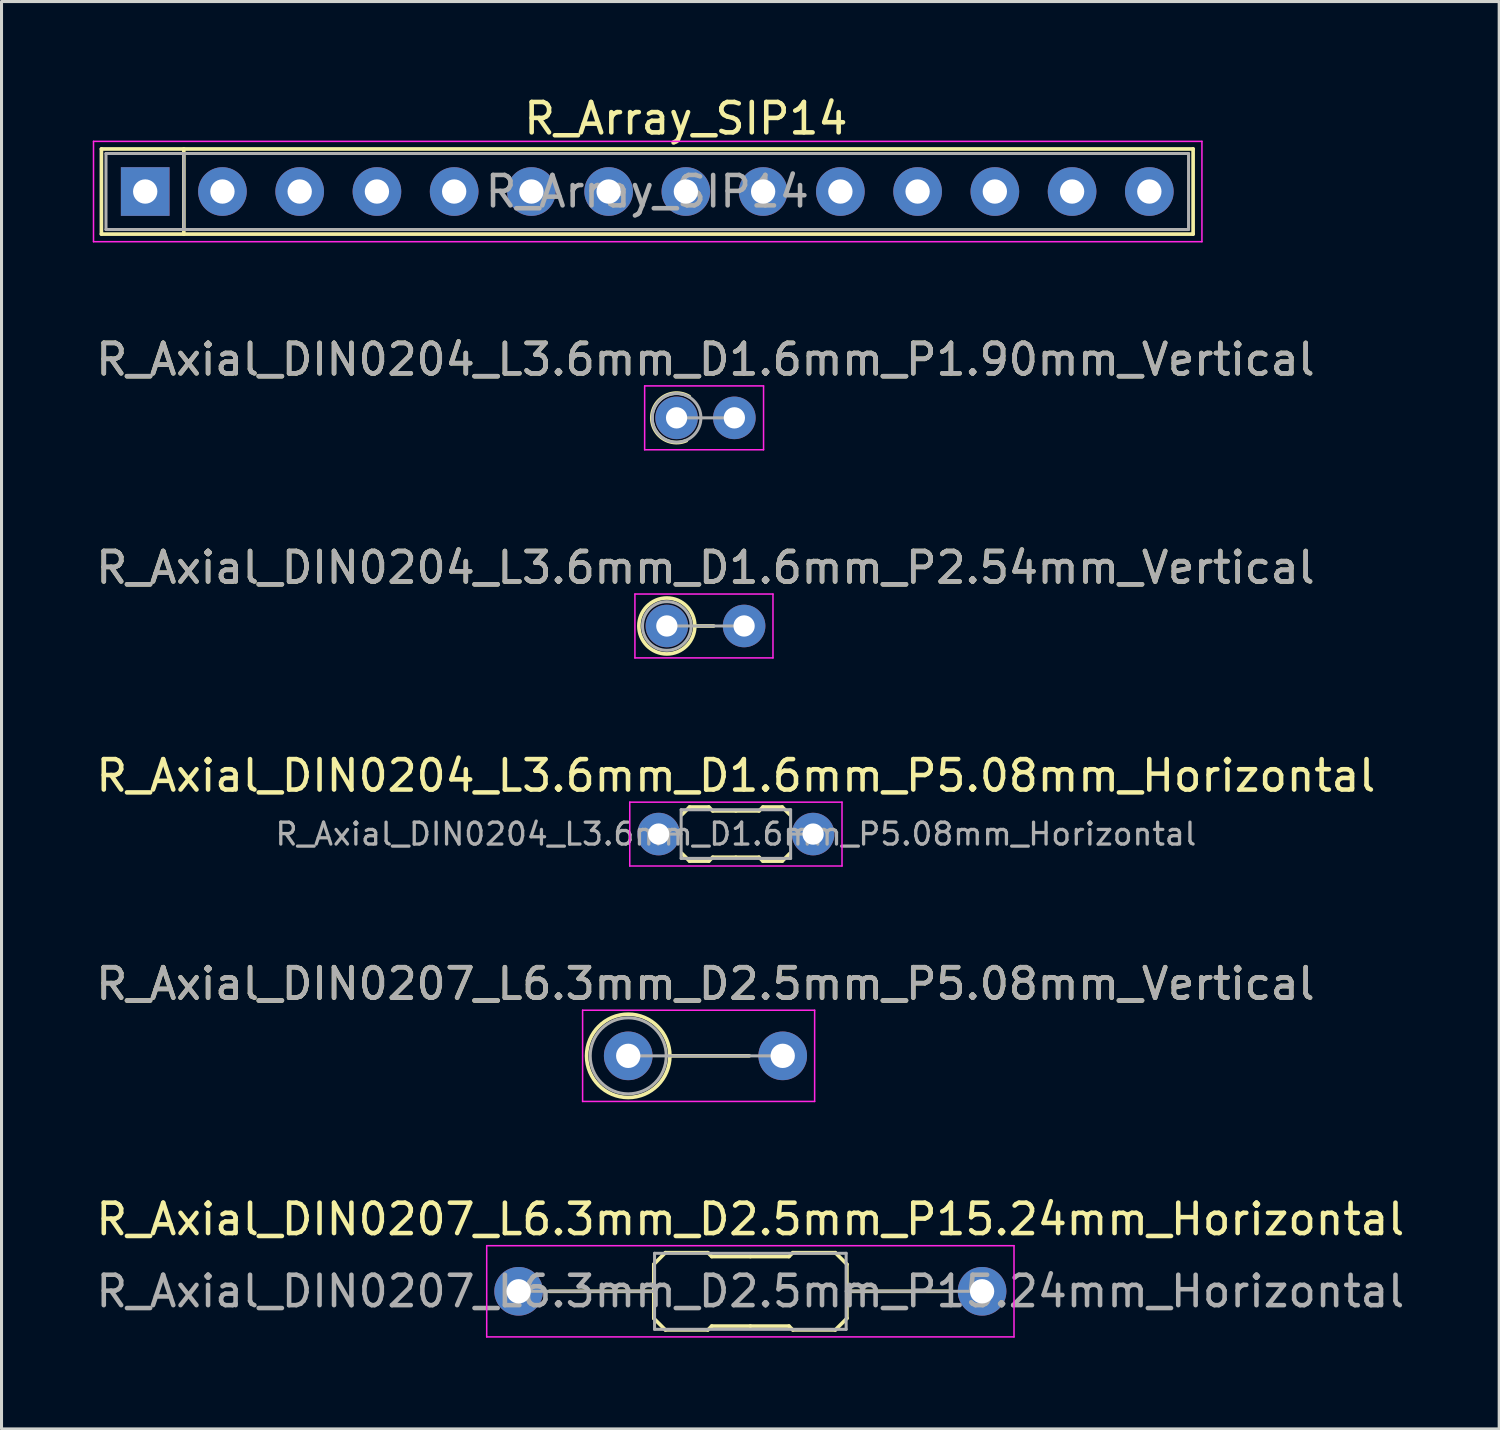
<source format=kicad_pcb>
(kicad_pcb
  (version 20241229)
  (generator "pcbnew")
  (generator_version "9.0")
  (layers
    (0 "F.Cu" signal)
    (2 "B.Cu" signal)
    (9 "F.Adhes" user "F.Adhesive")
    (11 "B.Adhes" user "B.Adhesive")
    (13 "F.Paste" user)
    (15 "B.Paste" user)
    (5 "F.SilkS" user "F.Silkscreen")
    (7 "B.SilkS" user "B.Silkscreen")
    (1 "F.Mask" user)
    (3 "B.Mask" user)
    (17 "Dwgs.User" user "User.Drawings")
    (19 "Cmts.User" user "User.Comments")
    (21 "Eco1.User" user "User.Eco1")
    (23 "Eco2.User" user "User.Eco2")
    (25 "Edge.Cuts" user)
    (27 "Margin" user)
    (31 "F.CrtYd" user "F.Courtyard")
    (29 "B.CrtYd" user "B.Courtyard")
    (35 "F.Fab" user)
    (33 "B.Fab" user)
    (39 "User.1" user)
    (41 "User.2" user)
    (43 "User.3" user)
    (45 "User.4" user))
  (footprint "R_Array_SIP14"
    (layer "F.Cu")
    (at 1.725 3.248)
    (property "Reference" "R_Array_SIP14" (at 17.78 -2.4 0) (layer "F.SilkS") (effects (font (size 1 1) (thickness 0.15))))
    (attr through_hole)
    (fp_line (start -1.44 -1.4) (end -1.44 1.4) (stroke (width 0.12) (type solid)) (layer "F.SilkS"))
    (fp_line (start -1.44 1.4) (end 34.46 1.4) (stroke (width 0.12) (type solid)) (layer "F.SilkS"))
    (fp_line (start 1.27 -1.4) (end 1.27 1.4) (stroke (width 0.12) (type solid)) (layer "F.SilkS"))
    (fp_line (start 34.46 -1.4) (end -1.44 -1.4) (stroke (width 0.12) (type solid)) (layer "F.SilkS"))
    (fp_line (start 34.46 1.4) (end 34.46 -1.4) (stroke (width 0.12) (type solid)) (layer "F.SilkS"))
    (fp_line (start -1.7 -1.65) (end -1.7 1.65) (stroke (width 0.05) (type solid)) (layer "F.CrtYd"))
    (fp_line (start -1.7 1.65) (end 34.75 1.65) (stroke (width 0.05) (type solid)) (layer "F.CrtYd"))
    (fp_line (start 34.75 -1.65) (end -1.7 -1.65) (stroke (width 0.05) (type solid)) (layer "F.CrtYd"))
    (fp_line (start 34.75 1.65) (end 34.75 -1.65) (stroke (width 0.05) (type solid)) (layer "F.CrtYd"))
    (fp_line (start -1.29 -1.25) (end -1.29 1.25) (stroke (width 0.1) (type solid)) (layer "F.Fab"))
    (fp_line (start -1.29 1.25) (end 34.31 1.25) (stroke (width 0.1) (type solid)) (layer "F.Fab"))
    (fp_line (start 1.27 -1.25) (end 1.27 1.25) (stroke (width 0.1) (type solid)) (layer "F.Fab"))
    (fp_line (start 34.31 -1.25) (end -1.29 -1.25) (stroke (width 0.1) (type solid)) (layer "F.Fab"))
    (fp_line (start 34.31 1.25) (end 34.31 -1.25) (stroke (width 0.1) (type solid)) (layer "F.Fab"))
    (fp_text user "${REFERENCE}" (at 16.51 0 0) (layer "F.Fab") (effects (font (size 1 1) (thickness 0.15))))
    (pad "1" thru_hole rect (at 0 0) (size 1.6 1.6) (drill 0.8) (layers "*.Cu" "*.Mask"))
    (pad "2" thru_hole oval (at 2.54 0) (size 1.6 1.6) (drill 0.8) (layers "*.Cu" "*.Mask"))
    (pad "3" thru_hole oval (at 5.08 0) (size 1.6 1.6) (drill 0.8) (layers "*.Cu" "*.Mask"))
    (pad "4" thru_hole oval (at 7.62 0) (size 1.6 1.6) (drill 0.8) (layers "*.Cu" "*.Mask"))
    (pad "5" thru_hole oval (at 10.16 0) (size 1.6 1.6) (drill 0.8) (layers "*.Cu" "*.Mask"))
    (pad "6" thru_hole oval (at 12.7 0) (size 1.6 1.6) (drill 0.8) (layers "*.Cu" "*.Mask"))
    (pad "7" thru_hole oval (at 15.24 0) (size 1.6 1.6) (drill 0.8) (layers "*.Cu" "*.Mask"))
    (pad "8" thru_hole oval (at 17.78 0) (size 1.6 1.6) (drill 0.8) (layers "*.Cu" "*.Mask"))
    (pad "9" thru_hole oval (at 20.32 0) (size 1.6 1.6) (drill 0.8) (layers "*.Cu" "*.Mask"))
    (pad "10" thru_hole oval (at 22.86 0) (size 1.6 1.6) (drill 0.8) (layers "*.Cu" "*.Mask"))
    (pad "11" thru_hole oval (at 25.4 0) (size 1.6 1.6) (drill 0.8) (layers "*.Cu" "*.Mask"))
    (pad "12" thru_hole oval (at 27.94 0) (size 1.6 1.6) (drill 0.8) (layers "*.Cu" "*.Mask"))
    (pad "13" thru_hole oval (at 30.48 0) (size 1.6 1.6) (drill 0.8) (layers "*.Cu" "*.Mask"))
    (pad "14" thru_hole oval (at 33.02 0) (size 1.6 1.6) (drill 0.8) (layers "*.Cu" "*.Mask")))
  (footprint "R_Axial_DIN0207_L6.3mm_D2.5mm_P5.08mm_Vertical"
    (layer "F.Cu")
    (at 17.609 31.671)
    (property "Reference" "R_Axial_DIN0207_L6.3mm_D2.5mm_P5.08mm_Vertical" (at 2.54 -2.37 0) (layer "F.SilkS") (effects (font (size 1 1) (thickness 0.15))))
    (attr through_hole)
    (fp_line (start 1.37 0) (end 3.98 0) (stroke (width 0.12) (type solid)) (layer "F.SilkS"))
    (fp_circle (center 0 0) (end 1.37 0) (stroke (width 0.12) (type solid)) (fill no) (layer "F.SilkS"))
    (fp_line (start -1.5 -1.5) (end -1.5 1.5) (stroke (width 0.05) (type solid)) (layer "F.CrtYd"))
    (fp_line (start -1.5 1.5) (end 6.13 1.5) (stroke (width 0.05) (type solid)) (layer "F.CrtYd"))
    (fp_line (start 6.13 -1.5) (end -1.5 -1.5) (stroke (width 0.05) (type solid)) (layer "F.CrtYd"))
    (fp_line (start 6.13 1.5) (end 6.13 -1.5) (stroke (width 0.05) (type solid)) (layer "F.CrtYd"))
    (fp_line (start 0 0) (end 5.08 0) (stroke (width 0.1) (type solid)) (layer "F.Fab"))
    (fp_circle (center 0 0) (end 1.25 0) (stroke (width 0.1) (type solid)) (fill no) (layer "F.Fab"))
    (fp_text user "${REFERENCE}" (at 2.54 -2.37 0) (layer "F.Fab") (effects (font (size 1 1) (thickness 0.15))))
    (pad "1" thru_hole circle (at 0 0) (size 1.6 1.6) (drill 0.8) (layers "*.Cu" "*.Mask"))
    (pad "2" thru_hole oval (at 5.08 0) (size 1.6 1.6) (drill 0.8) (layers "*.Cu" "*.Mask")))
  (footprint "R_Axial_DIN0207_L6.3mm_D2.5mm_P15.24mm_Horizontal"
    (layer "F.Cu")
    (at 14.005 39.414)
    (property "Reference" "R_Axial_DIN0207_L6.3mm_D2.5mm_P15.24mm_Horizontal" (at 7.62 -2.37 0) (layer "F.SilkS") (effects (font (size 1 1) (thickness 0.15))))
    (attr through_hole)
    (fp_line (start 4.445 -0.889) (end 4.445 0.889) (stroke (width 0.12) (type solid)) (layer "F.SilkS"))
    (fp_line (start 4.445 -0.889) (end 4.826 -1.27) (stroke (width 0.12) (type solid)) (layer "F.SilkS"))
    (fp_line (start 4.445 0) (end 1.016 0) (stroke (width 0.12) (type solid)) (layer "F.SilkS"))
    (fp_line (start 4.445 0.889) (end 4.826 1.27) (stroke (width 0.12) (type solid)) (layer "F.SilkS"))
    (fp_line (start 4.826 -1.27) (end 6.223 -1.27) (stroke (width 0.12) (type solid)) (layer "F.SilkS"))
    (fp_line (start 4.826 1.27) (end 6.223 1.27) (stroke (width 0.12) (type solid)) (layer "F.SilkS"))
    (fp_line (start 6.223 -1.27) (end 6.35 -1.143) (stroke (width 0.12) (type solid)) (layer "F.SilkS"))
    (fp_line (start 6.223 1.27) (end 6.35 1.143) (stroke (width 0.12) (type solid)) (layer "F.SilkS"))
    (fp_line (start 6.35 -1.143) (end 7.62 -1.143) (stroke (width 0.12) (type solid)) (layer "F.SilkS"))
    (fp_line (start 6.35 1.143) (end 7.62 1.143) (stroke (width 0.12) (type solid)) (layer "F.SilkS"))
    (fp_line (start 8.89 -1.143) (end 7.62 -1.143) (stroke (width 0.12) (type solid)) (layer "F.SilkS"))
    (fp_line (start 8.89 1.143) (end 7.62 1.143) (stroke (width 0.12) (type solid)) (layer "F.SilkS"))
    (fp_line (start 9.017 -1.27) (end 8.89 -1.143) (stroke (width 0.12) (type solid)) (layer "F.SilkS"))
    (fp_line (start 9.017 1.27) (end 8.89 1.143) (stroke (width 0.12) (type solid)) (layer "F.SilkS"))
    (fp_line (start 10.414 -1.27) (end 9.017 -1.27) (stroke (width 0.12) (type solid)) (layer "F.SilkS"))
    (fp_line (start 10.414 1.27) (end 9.017 1.27) (stroke (width 0.12) (type solid)) (layer "F.SilkS"))
    (fp_line (start 10.795 -0.889) (end 10.414 -1.27) (stroke (width 0.12) (type solid)) (layer "F.SilkS"))
    (fp_line (start 10.795 -0.889) (end 10.795 0.889) (stroke (width 0.12) (type solid)) (layer "F.SilkS"))
    (fp_line (start 10.795 0) (end 14.224 0) (stroke (width 0.12) (type solid)) (layer "F.SilkS"))
    (fp_line (start 10.795 0.889) (end 10.414 1.27) (stroke (width 0.12) (type solid)) (layer "F.SilkS"))
    (fp_line (start -1.05 -1.5) (end -1.05 1.5) (stroke (width 0.05) (type solid)) (layer "F.CrtYd"))
    (fp_line (start -1.05 1.5) (end 16.29 1.5) (stroke (width 0.05) (type solid)) (layer "F.CrtYd"))
    (fp_line (start 16.29 -1.5) (end -1.05 -1.5) (stroke (width 0.05) (type solid)) (layer "F.CrtYd"))
    (fp_line (start 16.29 1.5) (end 16.29 -1.5) (stroke (width 0.05) (type solid)) (layer "F.CrtYd"))
    (fp_line (start 0 0) (end 4.47 0) (stroke (width 0.1) (type solid)) (layer "F.Fab"))
    (fp_line (start 4.47 -1.25) (end 4.47 1.25) (stroke (width 0.1) (type solid)) (layer "F.Fab"))
    (fp_line (start 4.47 1.25) (end 10.77 1.25) (stroke (width 0.1) (type solid)) (layer "F.Fab"))
    (fp_line (start 10.77 -1.25) (end 4.47 -1.25) (stroke (width 0.1) (type solid)) (layer "F.Fab"))
    (fp_line (start 10.77 1.25) (end 10.77 -1.25) (stroke (width 0.1) (type solid)) (layer "F.Fab"))
    (fp_line (start 15.24 0) (end 10.77 0) (stroke (width 0.1) (type solid)) (layer "F.Fab"))
    (fp_text user "${REFERENCE}" (at 7.62 0 0) (layer "F.Fab") (effects (font (size 1 1) (thickness 0.15))))
    (pad "1" thru_hole circle (at 0 0) (size 1.6 1.6) (drill 0.8) (layers "*.Cu" "*.Mask"))
    (pad "2" thru_hole oval (at 15.24 0) (size 1.6 1.6) (drill 0.8) (layers "*.Cu" "*.Mask")))
  (footprint "R_Axial_DIN0204_L3.6mm_D1.6mm_P1.90mm_Vertical"
    (layer "F.Cu")
    (at 19.199 10.691)
    (property "Reference" "R_Axial_DIN0204_L3.6mm_D1.6mm_P1.90mm_Vertical" (at 0.95 -1.92 0) (layer "F.SilkS") (effects (font (size 1 1) (thickness 0.15))))
    (attr through_hole)
    (fp_arc (start 0.320095 0.749359) (mid -0.813042 -0.054435) (end 0.417133 -0.7) (stroke (width 0.12) (type solid)) (layer "F.SilkS"))
    (fp_line (start -1.05 -1.05) (end -1.05 1.05) (stroke (width 0.05) (type solid)) (layer "F.CrtYd"))
    (fp_line (start -1.05 1.05) (end 2.86 1.05) (stroke (width 0.05) (type solid)) (layer "F.CrtYd"))
    (fp_line (start 2.86 -1.05) (end -1.05 -1.05) (stroke (width 0.05) (type solid)) (layer "F.CrtYd"))
    (fp_line (start 2.86 1.05) (end 2.86 -1.05) (stroke (width 0.05) (type solid)) (layer "F.CrtYd"))
    (fp_line (start 0 0) (end 1.9 0) (stroke (width 0.1) (type solid)) (layer "F.Fab"))
    (fp_circle (center 0 0) (end 0.8 0) (stroke (width 0.1) (type solid)) (fill no) (layer "F.Fab"))
    (fp_text user "${REFERENCE}" (at 0.95 -1.92 0) (layer "F.Fab") (effects (font (size 1 1) (thickness 0.15))))
    (pad "1" thru_hole circle (at 0 0) (size 1.4 1.4) (drill 0.7) (layers "*.Cu" "*.Mask"))
    (pad "2" thru_hole oval (at 1.9 0) (size 1.4 1.4) (drill 0.7) (layers "*.Cu" "*.Mask")))
  (footprint "R_Axial_DIN0204_L3.6mm_D1.6mm_P2.54mm_Vertical"
    (layer "F.Cu")
    (at 18.879 17.535)
    (property "Reference" "R_Axial_DIN0204_L3.6mm_D1.6mm_P2.54mm_Vertical" (at 1.27 -1.92 0) (layer "F.SilkS") (effects (font (size 1 1) (thickness 0.15))))
    (attr through_hole)
    (fp_line (start 0.92 0) (end 1.54 0) (stroke (width 0.12) (type solid)) (layer "F.SilkS"))
    (fp_circle (center 0 0) (end 0.92 0) (stroke (width 0.12) (type solid)) (fill no) (layer "F.SilkS"))
    (fp_line (start -1.05 -1.05) (end -1.05 1.05) (stroke (width 0.05) (type solid)) (layer "F.CrtYd"))
    (fp_line (start -1.05 1.05) (end 3.49 1.05) (stroke (width 0.05) (type solid)) (layer "F.CrtYd"))
    (fp_line (start 3.49 -1.05) (end -1.05 -1.05) (stroke (width 0.05) (type solid)) (layer "F.CrtYd"))
    (fp_line (start 3.49 1.05) (end 3.49 -1.05) (stroke (width 0.05) (type solid)) (layer "F.CrtYd"))
    (fp_line (start 0 0) (end 2.54 0) (stroke (width 0.1) (type solid)) (layer "F.Fab"))
    (fp_circle (center 0 0) (end 0.8 0) (stroke (width 0.1) (type solid)) (fill no) (layer "F.Fab"))
    (fp_text user "${REFERENCE}" (at 1.27 -1.92 0) (layer "F.Fab") (effects (font (size 1 1) (thickness 0.15))))
    (pad "1" thru_hole circle (at 0 0) (size 1.4 1.4) (drill 0.7) (layers "*.Cu" "*.Mask"))
    (pad "2" thru_hole oval (at 2.54 0) (size 1.4 1.4) (drill 0.7) (layers "*.Cu" "*.Mask")))
  (footprint "R_Axial_DIN0204_L3.6mm_D1.6mm_P5.08mm_Horizontal"
    (layer "F.Cu")
    (at 18.609 24.378)
    (property "Reference" "R_Axial_DIN0204_L3.6mm_D1.6mm_P5.08mm_Horizontal" (at 2.54 -1.92 0) (layer "F.SilkS") (effects (font (size 1 1) (thickness 0.15))))
    (attr through_hole)
    (fp_line (start 0.762 -0.635) (end 1.016 -0.889) (stroke (width 0.12) (type solid)) (layer "F.SilkS"))
    (fp_line (start 0.762 0.635) (end 1.016 0.889) (stroke (width 0.12) (type solid)) (layer "F.SilkS"))
    (fp_line (start 1.016 -0.889) (end 1.651 -0.889) (stroke (width 0.12) (type solid)) (layer "F.SilkS"))
    (fp_line (start 1.016 0.889) (end 1.651 0.889) (stroke (width 0.12) (type solid)) (layer "F.SilkS"))
    (fp_line (start 1.651 -0.889) (end 1.778 -0.762) (stroke (width 0.12) (type solid)) (layer "F.SilkS"))
    (fp_line (start 1.651 0.889) (end 1.778 0.762) (stroke (width 0.12) (type solid)) (layer "F.SilkS"))
    (fp_line (start 1.778 -0.762) (end 2.54 -0.762) (stroke (width 0.12) (type solid)) (layer "F.SilkS"))
    (fp_line (start 1.778 0.762) (end 2.54 0.762) (stroke (width 0.12) (type solid)) (layer "F.SilkS"))
    (fp_line (start 3.302 -0.762) (end 2.54 -0.762) (stroke (width 0.12) (type solid)) (layer "F.SilkS"))
    (fp_line (start 3.302 0.762) (end 2.54 0.762) (stroke (width 0.12) (type solid)) (layer "F.SilkS"))
    (fp_line (start 3.429 -0.889) (end 3.302 -0.762) (stroke (width 0.12) (type solid)) (layer "F.SilkS"))
    (fp_line (start 3.429 0.889) (end 3.302 0.762) (stroke (width 0.12) (type solid)) (layer "F.SilkS"))
    (fp_line (start 4.064 -0.889) (end 3.429 -0.889) (stroke (width 0.12) (type solid)) (layer "F.SilkS"))
    (fp_line (start 4.064 0.889) (end 3.429 0.889) (stroke (width 0.12) (type solid)) (layer "F.SilkS"))
    (fp_line (start 4.318 -0.635) (end 4.064 -0.889) (stroke (width 0.12) (type solid)) (layer "F.SilkS"))
    (fp_line (start 4.318 0.635) (end 4.064 0.889) (stroke (width 0.12) (type solid)) (layer "F.SilkS"))
    (fp_line (start -0.95 -1.05) (end -0.95 1.05) (stroke (width 0.05) (type solid)) (layer "F.CrtYd"))
    (fp_line (start -0.95 1.05) (end 6.03 1.05) (stroke (width 0.05) (type solid)) (layer "F.CrtYd"))
    (fp_line (start 6.03 -1.05) (end -0.95 -1.05) (stroke (width 0.05) (type solid)) (layer "F.CrtYd"))
    (fp_line (start 6.03 1.05) (end 6.03 -1.05) (stroke (width 0.05) (type solid)) (layer "F.CrtYd"))
    (fp_line (start 0 0) (end 0.74 0) (stroke (width 0.1) (type solid)) (layer "F.Fab"))
    (fp_line (start 0.74 -0.8) (end 0.74 0.8) (stroke (width 0.1) (type solid)) (layer "F.Fab"))
    (fp_line (start 0.74 0.8) (end 4.34 0.8) (stroke (width 0.1) (type solid)) (layer "F.Fab"))
    (fp_line (start 4.34 -0.8) (end 0.74 -0.8) (stroke (width 0.1) (type solid)) (layer "F.Fab"))
    (fp_line (start 4.34 0.8) (end 4.34 -0.8) (stroke (width 0.1) (type solid)) (layer "F.Fab"))
    (fp_line (start 5.08 0) (end 4.34 0) (stroke (width 0.1) (type solid)) (layer "F.Fab"))
    (fp_text user "${REFERENCE}" (at 2.54 0 0) (layer "F.Fab") (effects (font (size 0.72 0.72) (thickness 0.108))))
    (pad "1" thru_hole circle (at 0 0) (size 1.4 1.4) (drill 0.7) (layers "*.Cu" "*.Mask"))
    (pad "2" thru_hole oval (at 5.08 0) (size 1.4 1.4) (drill 0.7) (layers "*.Cu" "*.Mask")))
  (gr_rect
    (start -3 -3)
    (end 46.25 43.94)
    (stroke (width 0.1) (type default))
    (fill no)
    (layer "Edge.Cuts")))
</source>
